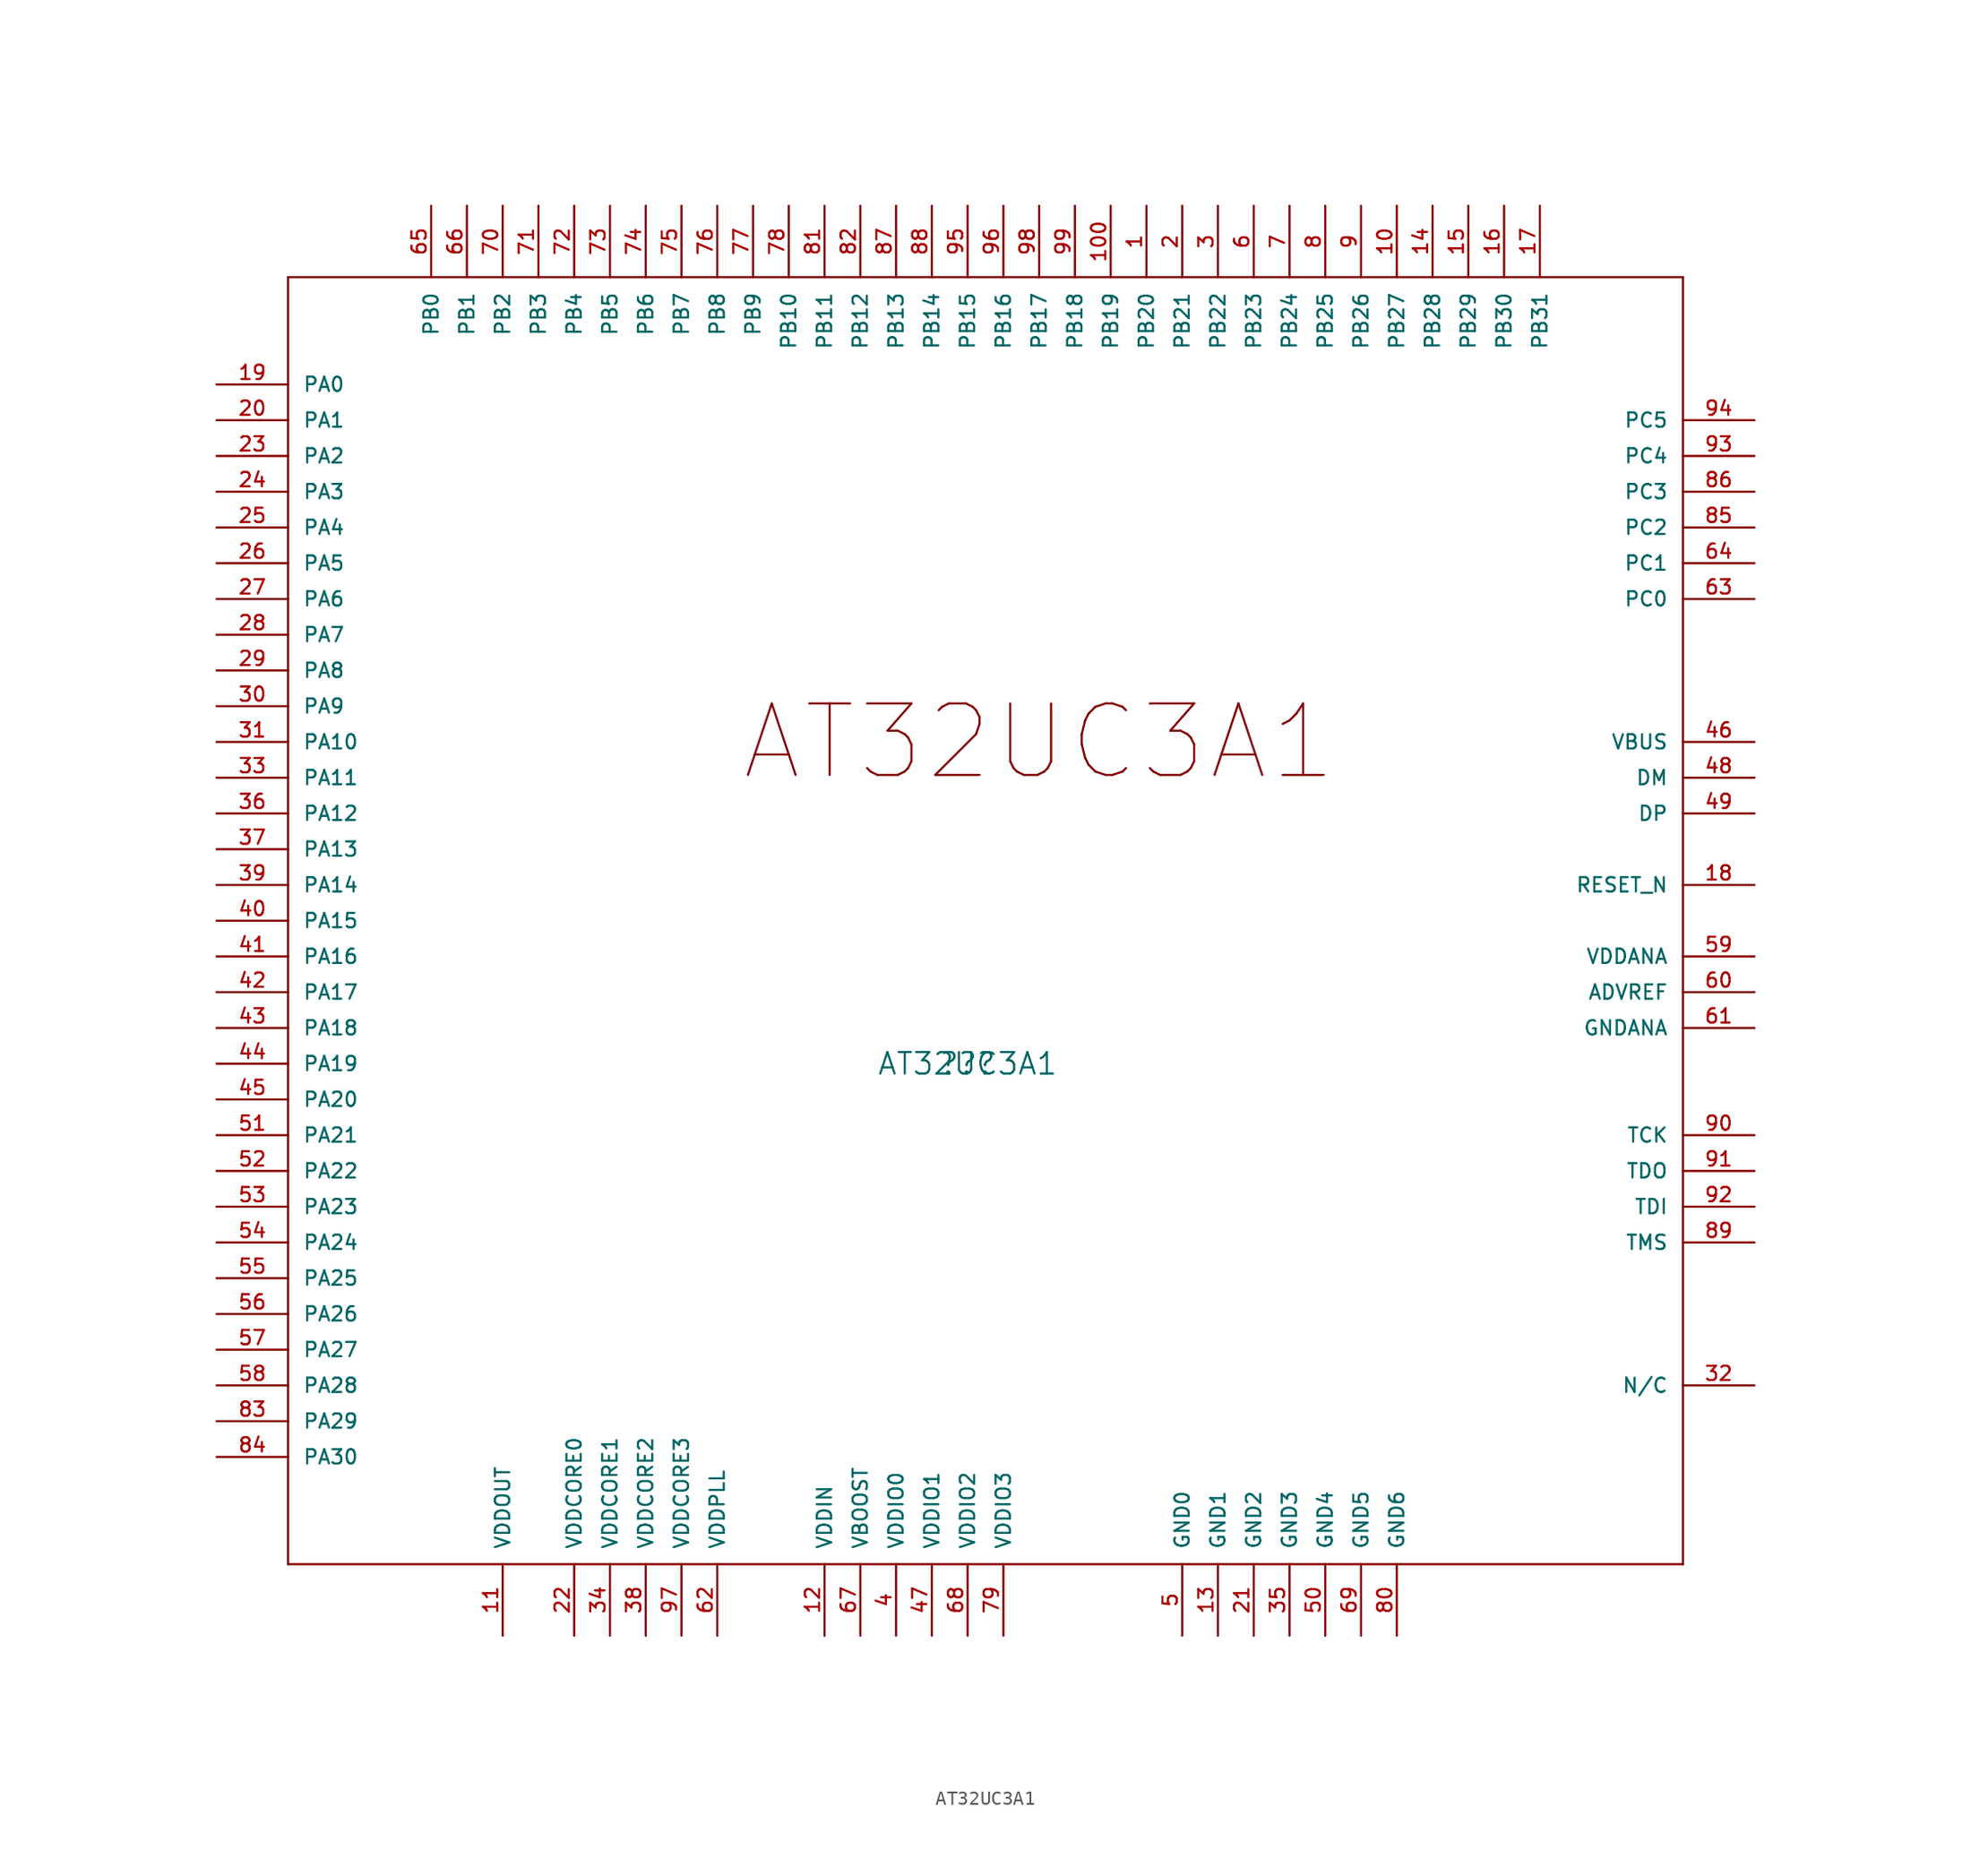
<source format=kicad_sym>
(kicad_symbol_lib
  (version 20220914)
  (generator kicad_symbol_editor)
  (symbol "AT32UC3A1"
    (pin_names
      (offset 1.016))
    (property "Reference" "??"
      (at 0 0 0)
      (effects (font (size 1.524 1.524))))
    (property "Value" "AT32UC3A1"
      (at 0 0 0)
      (effects (font (size 1.524 1.524))))
    (property "Footprint" ""
      (at 0 0 0)
      (effects (font (size 1.524 1.524))))
    (property "Datasheet" ""
      (at 0 0 0)
      (effects (font (size 1.524 1.524))))
    (property "ki_locked" ""
      (at 0 0 0)
      (effects (font (size 1.27 1.27))))
    (symbol "AT32UC3A1_1_0"
      (polyline (pts (xy -48.26 -35.56) (xy 50.8 -35.56)) (stroke (width 0) (type solid)) (fill (type none)))
      (polyline (pts (xy -48.26 55.88) (xy -48.26 -35.56)) (stroke (width 0) (type solid)) (fill (type none)))
      (polyline (pts (xy -48.26 55.88) (xy 50.8 55.88)) (stroke (width 0) (type solid)) (fill (type none)))
      (polyline (pts (xy 50.8 55.88) (xy 50.8 -35.56)) (stroke (width 0) (type solid)) (fill (type none)))
      (text "AT32UC3A1" (at 5.08 22.86 0) (effects (font (size 5.08 5.08)))))
    (symbol "AT32UC3A1_1_1"
      (pin bidirectional line (at 12.7 60.96 270) (length 5.08) (name "PB20" (effects (font (size 1.016 1.016)))) (number "1" (effects (font (size 1.016 1.016)))))
      (pin bidirectional line (at 30.48 60.96 270) (length 5.08) (name "PB27" (effects (font (size 1.016 1.016)))) (number "10" (effects (font (size 1.016 1.016)))))
      (pin bidirectional line (at 10.16 60.96 270) (length 5.08) (name "PB19" (effects (font (size 1.016 1.016)))) (number "100" (effects (font (size 1.016 1.016)))))
      (pin power_in line (at -33.02 -40.64 90) (length 5.08) (name "VDDOUT" (effects (font (size 1.016 1.016)))) (number "11" (effects (font (size 1.016 1.016)))))
      (pin power_in line (at -10.16 -40.64 90) (length 5.08) (name "VDDIN" (effects (font (size 1.016 1.016)))) (number "12" (effects (font (size 1.016 1.016)))))
      (pin power_in line (at 17.78 -40.64 90) (length 5.08) (name "GND1" (effects (font (size 1.016 1.016)))) (number "13" (effects (font (size 1.016 1.016)))))
      (pin bidirectional line (at 33.02 60.96 270) (length 5.08) (name "PB28" (effects (font (size 1.016 1.016)))) (number "14" (effects (font (size 1.016 1.016)))))
      (pin bidirectional line (at 35.56 60.96 270) (length 5.08) (name "PB29" (effects (font (size 1.016 1.016)))) (number "15" (effects (font (size 1.016 1.016)))))
      (pin bidirectional line (at 38.1 60.96 270) (length 5.08) (name "PB30" (effects (font (size 1.016 1.016)))) (number "16" (effects (font (size 1.016 1.016)))))
      (pin bidirectional line (at 40.64 60.96 270) (length 5.08) (name "PB31" (effects (font (size 1.016 1.016)))) (number "17" (effects (font (size 1.016 1.016)))))
      (pin input line (at 55.88 12.7 180) (length 5.08) (name "RESET_N" (effects (font (size 1.016 1.016)))) (number "18" (effects (font (size 1.016 1.016)))))
      (pin bidirectional line (at -53.34 48.26 0) (length 5.08) (name "PA0" (effects (font (size 1.016 1.016)))) (number "19" (effects (font (size 1.016 1.016)))))
      (pin bidirectional line (at 15.24 60.96 270) (length 5.08) (name "PB21" (effects (font (size 1.016 1.016)))) (number "2" (effects (font (size 1.016 1.016)))))
      (pin bidirectional line (at -53.34 45.72 0) (length 5.08) (name "PA1" (effects (font (size 1.016 1.016)))) (number "20" (effects (font (size 1.016 1.016)))))
      (pin power_in line (at 20.32 -40.64 90) (length 5.08) (name "GND2" (effects (font (size 1.016 1.016)))) (number "21" (effects (font (size 1.016 1.016)))))
      (pin power_in line (at -27.94 -40.64 90) (length 5.08) (name "VDDCORE0" (effects (font (size 1.016 1.016)))) (number "22" (effects (font (size 1.016 1.016)))))
      (pin bidirectional line (at -53.34 43.18 0) (length 5.08) (name "PA2" (effects (font (size 1.016 1.016)))) (number "23" (effects (font (size 1.016 1.016)))))
      (pin bidirectional line (at -53.34 40.64 0) (length 5.08) (name "PA3" (effects (font (size 1.016 1.016)))) (number "24" (effects (font (size 1.016 1.016)))))
      (pin bidirectional line (at -53.34 38.1 0) (length 5.08) (name "PA4" (effects (font (size 1.016 1.016)))) (number "25" (effects (font (size 1.016 1.016)))))
      (pin bidirectional line (at -53.34 35.56 0) (length 5.08) (name "PA5" (effects (font (size 1.016 1.016)))) (number "26" (effects (font (size 1.016 1.016)))))
      (pin bidirectional line (at -53.34 33.02 0) (length 5.08) (name "PA6" (effects (font (size 1.016 1.016)))) (number "27" (effects (font (size 1.016 1.016)))))
      (pin bidirectional line (at -53.34 30.48 0) (length 5.08) (name "PA7" (effects (font (size 1.016 1.016)))) (number "28" (effects (font (size 1.016 1.016)))))
      (pin bidirectional line (at -53.34 27.94 0) (length 5.08) (name "PA8" (effects (font (size 1.016 1.016)))) (number "29" (effects (font (size 1.016 1.016)))))
      (pin bidirectional line (at 17.78 60.96 270) (length 5.08) (name "PB22" (effects (font (size 1.016 1.016)))) (number "3" (effects (font (size 1.016 1.016)))))
      (pin bidirectional line (at -53.34 25.4 0) (length 5.08) (name "PA9" (effects (font (size 1.016 1.016)))) (number "30" (effects (font (size 1.016 1.016)))))
      (pin bidirectional line (at -53.34 22.86 0) (length 5.08) (name "PA10" (effects (font (size 1.016 1.016)))) (number "31" (effects (font (size 1.016 1.016)))))
      (pin unspecified line (at 55.88 -22.86 180) (length 5.08) (name "N/C" (effects (font (size 1.016 1.016)))) (number "32" (effects (font (size 1.016 1.016)))))
      (pin bidirectional line (at -53.34 20.32 0) (length 5.08) (name "PA11" (effects (font (size 1.016 1.016)))) (number "33" (effects (font (size 1.016 1.016)))))
      (pin power_in line (at -25.4 -40.64 90) (length 5.08) (name "VDDCORE1" (effects (font (size 1.016 1.016)))) (number "34" (effects (font (size 1.016 1.016)))))
      (pin power_in line (at 22.86 -40.64 90) (length 5.08) (name "GND3" (effects (font (size 1.016 1.016)))) (number "35" (effects (font (size 1.016 1.016)))))
      (pin bidirectional line (at -53.34 17.78 0) (length 5.08) (name "PA12" (effects (font (size 1.016 1.016)))) (number "36" (effects (font (size 1.016 1.016)))))
      (pin bidirectional line (at -53.34 15.24 0) (length 5.08) (name "PA13" (effects (font (size 1.016 1.016)))) (number "37" (effects (font (size 1.016 1.016)))))
      (pin power_in line (at -22.86 -40.64 90) (length 5.08) (name "VDDCORE2" (effects (font (size 1.016 1.016)))) (number "38" (effects (font (size 1.016 1.016)))))
      (pin bidirectional line (at -53.34 12.7 0) (length 5.08) (name "PA14" (effects (font (size 1.016 1.016)))) (number "39" (effects (font (size 1.016 1.016)))))
      (pin power_in line (at -5.08 -40.64 90) (length 5.08) (name "VDDIO0" (effects (font (size 1.016 1.016)))) (number "4" (effects (font (size 1.016 1.016)))))
      (pin bidirectional line (at -53.34 10.16 0) (length 5.08) (name "PA15" (effects (font (size 1.016 1.016)))) (number "40" (effects (font (size 1.016 1.016)))))
      (pin bidirectional line (at -53.34 7.62 0) (length 5.08) (name "PA16" (effects (font (size 1.016 1.016)))) (number "41" (effects (font (size 1.016 1.016)))))
      (pin bidirectional line (at -53.34 5.08 0) (length 5.08) (name "PA17" (effects (font (size 1.016 1.016)))) (number "42" (effects (font (size 1.016 1.016)))))
      (pin bidirectional line (at -53.34 2.54 0) (length 5.08) (name "PA18" (effects (font (size 1.016 1.016)))) (number "43" (effects (font (size 1.016 1.016)))))
      (pin bidirectional line (at -53.34 0 0) (length 5.08) (name "PA19" (effects (font (size 1.016 1.016)))) (number "44" (effects (font (size 1.016 1.016)))))
      (pin bidirectional line (at -53.34 -2.54 0) (length 5.08) (name "PA20" (effects (font (size 1.016 1.016)))) (number "45" (effects (font (size 1.016 1.016)))))
      (pin power_in line (at 55.88 22.86 180) (length 5.08) (name "VBUS" (effects (font (size 1.016 1.016)))) (number "46" (effects (font (size 1.016 1.016)))))
      (pin power_in line (at -2.54 -40.64 90) (length 5.08) (name "VDDIO1" (effects (font (size 1.016 1.016)))) (number "47" (effects (font (size 1.016 1.016)))))
      (pin bidirectional line (at 55.88 20.32 180) (length 5.08) (name "DM" (effects (font (size 1.016 1.016)))) (number "48" (effects (font (size 1.016 1.016)))))
      (pin bidirectional line (at 55.88 17.78 180) (length 5.08) (name "DP" (effects (font (size 1.016 1.016)))) (number "49" (effects (font (size 1.016 1.016)))))
      (pin power_in line (at 15.24 -40.64 90) (length 5.08) (name "GND0" (effects (font (size 1.016 1.016)))) (number "5" (effects (font (size 1.016 1.016)))))
      (pin power_in line (at 25.4 -40.64 90) (length 5.08) (name "GND4" (effects (font (size 1.016 1.016)))) (number "50" (effects (font (size 1.016 1.016)))))
      (pin bidirectional line (at -53.34 -5.08 0) (length 5.08) (name "PA21" (effects (font (size 1.016 1.016)))) (number "51" (effects (font (size 1.016 1.016)))))
      (pin bidirectional line (at -53.34 -7.62 0) (length 5.08) (name "PA22" (effects (font (size 1.016 1.016)))) (number "52" (effects (font (size 1.016 1.016)))))
      (pin bidirectional line (at -53.34 -10.16 0) (length 5.08) (name "PA23" (effects (font (size 1.016 1.016)))) (number "53" (effects (font (size 1.016 1.016)))))
      (pin bidirectional line (at -53.34 -12.7 0) (length 5.08) (name "PA24" (effects (font (size 1.016 1.016)))) (number "54" (effects (font (size 1.016 1.016)))))
      (pin bidirectional line (at -53.34 -15.24 0) (length 5.08) (name "PA25" (effects (font (size 1.016 1.016)))) (number "55" (effects (font (size 1.016 1.016)))))
      (pin bidirectional line (at -53.34 -17.78 0) (length 5.08) (name "PA26" (effects (font (size 1.016 1.016)))) (number "56" (effects (font (size 1.016 1.016)))))
      (pin bidirectional line (at -53.34 -20.32 0) (length 5.08) (name "PA27" (effects (font (size 1.016 1.016)))) (number "57" (effects (font (size 1.016 1.016)))))
      (pin bidirectional line (at -53.34 -22.86 0) (length 5.08) (name "PA28" (effects (font (size 1.016 1.016)))) (number "58" (effects (font (size 1.016 1.016)))))
      (pin power_in line (at 55.88 7.62 180) (length 5.08) (name "VDDANA" (effects (font (size 1.016 1.016)))) (number "59" (effects (font (size 1.016 1.016)))))
      (pin bidirectional line (at 20.32 60.96 270) (length 5.08) (name "PB23" (effects (font (size 1.016 1.016)))) (number "6" (effects (font (size 1.016 1.016)))))
      (pin power_in line (at 55.88 5.08 180) (length 5.08) (name "ADVREF" (effects (font (size 1.016 1.016)))) (number "60" (effects (font (size 1.016 1.016)))))
      (pin power_in line (at 55.88 2.54 180) (length 5.08) (name "GNDANA" (effects (font (size 1.016 1.016)))) (number "61" (effects (font (size 1.016 1.016)))))
      (pin power_in line (at -17.78 -40.64 90) (length 5.08) (name "VDDPLL" (effects (font (size 1.016 1.016)))) (number "62" (effects (font (size 1.016 1.016)))))
      (pin bidirectional line (at 55.88 33.02 180) (length 5.08) (name "PC0" (effects (font (size 1.016 1.016)))) (number "63" (effects (font (size 1.016 1.016)))))
      (pin bidirectional line (at 55.88 35.56 180) (length 5.08) (name "PC1" (effects (font (size 1.016 1.016)))) (number "64" (effects (font (size 1.016 1.016)))))
      (pin bidirectional line (at -38.1 60.96 270) (length 5.08) (name "PB0" (effects (font (size 1.016 1.016)))) (number "65" (effects (font (size 1.016 1.016)))))
      (pin bidirectional line (at -35.56 60.96 270) (length 5.08) (name "PB1" (effects (font (size 1.016 1.016)))) (number "66" (effects (font (size 1.016 1.016)))))
      (pin power_in line (at -7.62 -40.64 90) (length 5.08) (name "VBOOST" (effects (font (size 1.016 1.016)))) (number "67" (effects (font (size 1.016 1.016)))))
      (pin power_in line (at 0 -40.64 90) (length 5.08) (name "VDDIO2" (effects (font (size 1.016 1.016)))) (number "68" (effects (font (size 1.016 1.016)))))
      (pin power_in line (at 27.94 -40.64 90) (length 5.08) (name "GND5" (effects (font (size 1.016 1.016)))) (number "69" (effects (font (size 1.016 1.016)))))
      (pin bidirectional line (at 22.86 60.96 270) (length 5.08) (name "PB24" (effects (font (size 1.016 1.016)))) (number "7" (effects (font (size 1.016 1.016)))))
      (pin bidirectional line (at -33.02 60.96 270) (length 5.08) (name "PB2" (effects (font (size 1.016 1.016)))) (number "70" (effects (font (size 1.016 1.016)))))
      (pin bidirectional line (at -30.48 60.96 270) (length 5.08) (name "PB3" (effects (font (size 1.016 1.016)))) (number "71" (effects (font (size 1.016 1.016)))))
      (pin bidirectional line (at -27.94 60.96 270) (length 5.08) (name "PB4" (effects (font (size 1.016 1.016)))) (number "72" (effects (font (size 1.016 1.016)))))
      (pin bidirectional line (at -25.4 60.96 270) (length 5.08) (name "PB5" (effects (font (size 1.016 1.016)))) (number "73" (effects (font (size 1.016 1.016)))))
      (pin bidirectional line (at -22.86 60.96 270) (length 5.08) (name "PB6" (effects (font (size 1.016 1.016)))) (number "74" (effects (font (size 1.016 1.016)))))
      (pin bidirectional line (at -20.32 60.96 270) (length 5.08) (name "PB7" (effects (font (size 1.016 1.016)))) (number "75" (effects (font (size 1.016 1.016)))))
      (pin bidirectional line (at -17.78 60.96 270) (length 5.08) (name "PB8" (effects (font (size 1.016 1.016)))) (number "76" (effects (font (size 1.016 1.016)))))
      (pin bidirectional line (at -15.24 60.96 270) (length 5.08) (name "PB9" (effects (font (size 1.016 1.016)))) (number "77" (effects (font (size 1.016 1.016)))))
      (pin bidirectional line (at -12.7 60.96 270) (length 5.08) (name "PB10" (effects (font (size 1.016 1.016)))) (number "78" (effects (font (size 1.016 1.016)))))
      (pin power_in line (at 2.54 -40.64 90) (length 5.08) (name "VDDIO3" (effects (font (size 1.016 1.016)))) (number "79" (effects (font (size 1.016 1.016)))))
      (pin bidirectional line (at 25.4 60.96 270) (length 5.08) (name "PB25" (effects (font (size 1.016 1.016)))) (number "8" (effects (font (size 1.016 1.016)))))
      (pin power_in line (at 30.48 -40.64 90) (length 5.08) (name "GND6" (effects (font (size 1.016 1.016)))) (number "80" (effects (font (size 1.016 1.016)))))
      (pin bidirectional line (at -10.16 60.96 270) (length 5.08) (name "PB11" (effects (font (size 1.016 1.016)))) (number "81" (effects (font (size 1.016 1.016)))))
      (pin bidirectional line (at -7.62 60.96 270) (length 5.08) (name "PB12" (effects (font (size 1.016 1.016)))) (number "82" (effects (font (size 1.016 1.016)))))
      (pin bidirectional line (at -53.34 -25.4 0) (length 5.08) (name "PA29" (effects (font (size 1.016 1.016)))) (number "83" (effects (font (size 1.016 1.016)))))
      (pin bidirectional line (at -53.34 -27.94 0) (length 5.08) (name "PA30" (effects (font (size 1.016 1.016)))) (number "84" (effects (font (size 1.016 1.016)))))
      (pin bidirectional line (at 55.88 38.1 180) (length 5.08) (name "PC2" (effects (font (size 1.016 1.016)))) (number "85" (effects (font (size 1.016 1.016)))))
      (pin bidirectional line (at 55.88 40.64 180) (length 5.08) (name "PC3" (effects (font (size 1.016 1.016)))) (number "86" (effects (font (size 1.016 1.016)))))
      (pin bidirectional line (at -5.08 60.96 270) (length 5.08) (name "PB13" (effects (font (size 1.016 1.016)))) (number "87" (effects (font (size 1.016 1.016)))))
      (pin bidirectional line (at -2.54 60.96 270) (length 5.08) (name "PB14" (effects (font (size 1.016 1.016)))) (number "88" (effects (font (size 1.016 1.016)))))
      (pin bidirectional line (at 55.88 -12.7 180) (length 5.08) (name "TMS" (effects (font (size 1.016 1.016)))) (number "89" (effects (font (size 1.016 1.016)))))
      (pin bidirectional line (at 27.94 60.96 270) (length 5.08) (name "PB26" (effects (font (size 1.016 1.016)))) (number "9" (effects (font (size 1.016 1.016)))))
      (pin bidirectional line (at 55.88 -5.08 180) (length 5.08) (name "TCK" (effects (font (size 1.016 1.016)))) (number "90" (effects (font (size 1.016 1.016)))))
      (pin bidirectional line (at 55.88 -7.62 180) (length 5.08) (name "TDO" (effects (font (size 1.016 1.016)))) (number "91" (effects (font (size 1.016 1.016)))))
      (pin bidirectional line (at 55.88 -10.16 180) (length 5.08) (name "TDI" (effects (font (size 1.016 1.016)))) (number "92" (effects (font (size 1.016 1.016)))))
      (pin bidirectional line (at 55.88 43.18 180) (length 5.08) (name "PC4" (effects (font (size 1.016 1.016)))) (number "93" (effects (font (size 1.016 1.016)))))
      (pin bidirectional line (at 55.88 45.72 180) (length 5.08) (name "PC5" (effects (font (size 1.016 1.016)))) (number "94" (effects (font (size 1.016 1.016)))))
      (pin bidirectional line (at 0 60.96 270) (length 5.08) (name "PB15" (effects (font (size 1.016 1.016)))) (number "95" (effects (font (size 1.016 1.016)))))
      (pin bidirectional line (at 2.54 60.96 270) (length 5.08) (name "PB16" (effects (font (size 1.016 1.016)))) (number "96" (effects (font (size 1.016 1.016)))))
      (pin power_in line (at -20.32 -40.64 90) (length 5.08) (name "VDDCORE3" (effects (font (size 1.016 1.016)))) (number "97" (effects (font (size 1.016 1.016)))))
      (pin bidirectional line (at 5.08 60.96 270) (length 5.08) (name "PB17" (effects (font (size 1.016 1.016)))) (number "98" (effects (font (size 1.016 1.016)))))
      (pin bidirectional line (at 7.62 60.96 270) (length 5.08) (name "PB18" (effects (font (size 1.016 1.016)))) (number "99" (effects (font (size 1.016 1.016))))))))
</source>
